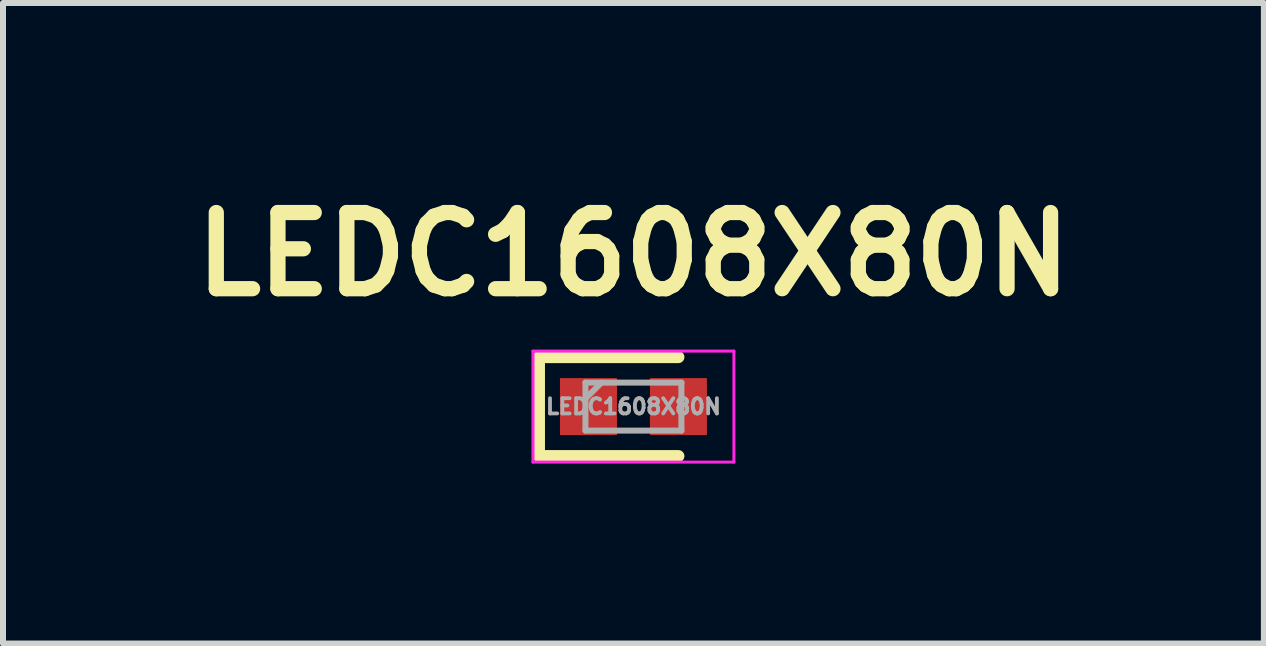
<source format=kicad_pcb>
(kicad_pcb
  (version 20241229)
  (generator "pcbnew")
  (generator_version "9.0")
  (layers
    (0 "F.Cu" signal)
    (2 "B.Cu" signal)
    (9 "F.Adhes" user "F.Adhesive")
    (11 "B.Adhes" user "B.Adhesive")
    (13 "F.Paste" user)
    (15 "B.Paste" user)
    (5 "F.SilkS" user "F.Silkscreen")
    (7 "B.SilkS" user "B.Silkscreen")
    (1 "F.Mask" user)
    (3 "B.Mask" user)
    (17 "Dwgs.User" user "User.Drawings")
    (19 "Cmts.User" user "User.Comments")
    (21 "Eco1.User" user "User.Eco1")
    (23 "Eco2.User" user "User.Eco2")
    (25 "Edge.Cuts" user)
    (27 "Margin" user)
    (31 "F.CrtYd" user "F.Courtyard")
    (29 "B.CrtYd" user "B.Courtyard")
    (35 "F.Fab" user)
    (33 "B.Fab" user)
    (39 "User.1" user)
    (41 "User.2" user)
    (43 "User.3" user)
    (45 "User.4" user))
  (footprint "LEDC1608X80N"
    (layer "F.Cu")
    (at 7.511 3.729)
    (property "Reference" "LEDC1608X80N" (at 0 -2.54 0) (layer "F.SilkS") (effects (font (size 1.27 1.27) (thickness 0.254))))
    (attr smd)
    (fp_line (start -1.575 -0.825) (end -1.575 0.825) (stroke (width 0.2) (type solid)) (layer "F.SilkS"))
    (fp_line (start -1.575 0.825) (end 0.75 0.825) (stroke (width 0.2) (type solid)) (layer "F.SilkS"))
    (fp_line (start 0.75 -0.825) (end -1.575 -0.825) (stroke (width 0.2) (type solid)) (layer "F.SilkS"))
    (fp_line (start -1.675 -0.925) (end 1.675 -0.925) (stroke (width 0.05) (type solid)) (layer "F.CrtYd"))
    (fp_line (start -1.675 0.925) (end -1.675 -0.925) (stroke (width 0.05) (type solid)) (layer "F.CrtYd"))
    (fp_line (start 1.675 -0.925) (end 1.675 0.925) (stroke (width 0.05) (type solid)) (layer "F.CrtYd"))
    (fp_line (start 1.675 0.925) (end -1.675 0.925) (stroke (width 0.05) (type solid)) (layer "F.CrtYd"))
    (fp_line (start -0.8 -0.4) (end 0.8 -0.4) (stroke (width 0.1) (type solid)) (layer "F.Fab"))
    (fp_line (start -0.8 -0.133) (end -0.533 -0.4) (stroke (width 0.1) (type solid)) (layer "F.Fab"))
    (fp_line (start -0.8 0.4) (end -0.8 -0.4) (stroke (width 0.1) (type solid)) (layer "F.Fab"))
    (fp_line (start 0.8 -0.4) (end 0.8 0.4) (stroke (width 0.1) (type solid)) (layer "F.Fab"))
    (fp_line (start 0.8 0.4) (end -0.8 0.4) (stroke (width 0.1) (type solid)) (layer "F.Fab"))
    (fp_text user "${REFERENCE}" (at 0 0 0) (layer "F.Fab") (effects (font (size 0.254 0.254) (thickness 0.064))))
    (pad "1" smd rect (at -0.75 0 90) (size 0.95 0.95) (layers "F.Cu" "F.Mask" "F.Paste"))
    (pad "2" smd rect (at 0.75 0 90) (size 0.95 0.95) (layers "F.Cu" "F.Mask" "F.Paste")))
  (gr_rect
    (start -3 -3)
    (end 18.022 7.679)
    (stroke (width 0.1) (type default))
    (fill no)
    (layer "Edge.Cuts")))
</source>
